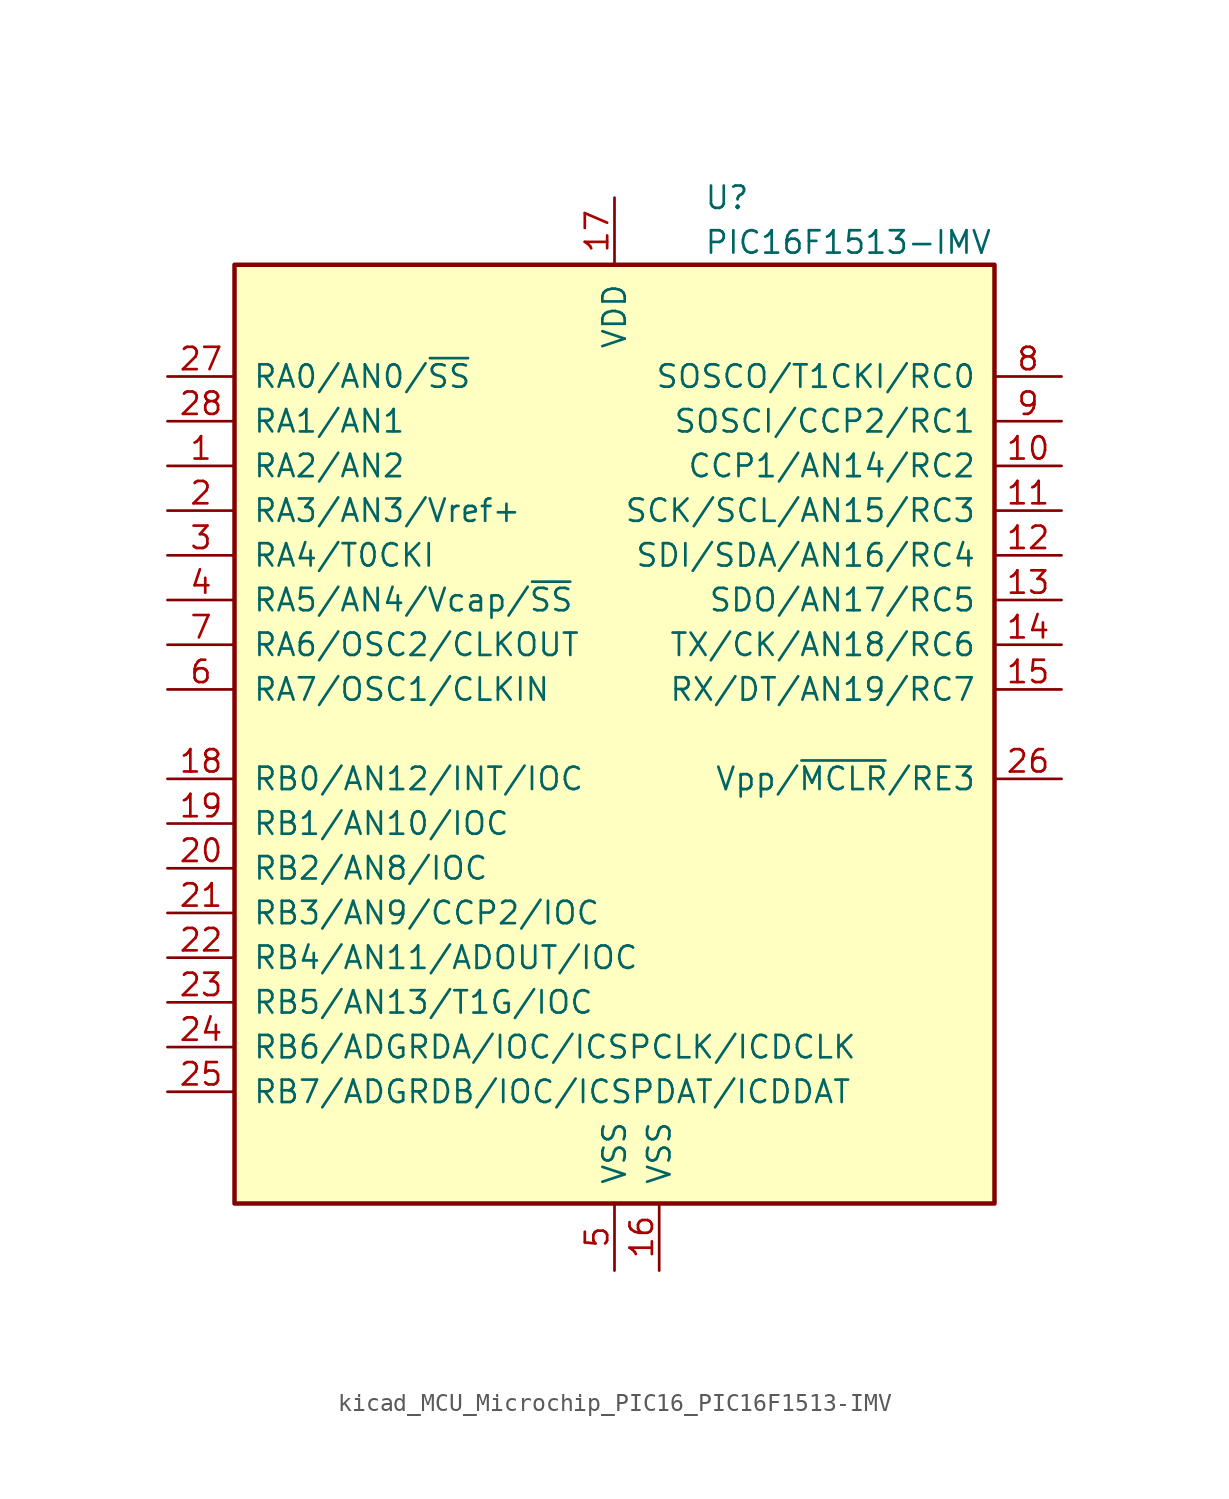
<source format=kicad_sym>
(kicad_symbol_lib
  (version 20220914)
  (generator kicad_symbol_editor)
  (symbol "kicad_MCU_Microchip_PIC16_PIC16F1513-IMV"
    (pin_names
      (offset 1.016))
    (property "Reference" "U"
      (at 5.08 30.48 0)
      (effects (font (size 1.27 1.27)) (justify left)))
    (property "Value" "PIC16F1513-IMV"
      (at 5.08 27.94 0)
      (effects (font (size 1.27 1.27)) (justify left)))
    (symbol "kicad_MCU_Microchip_PIC16_PIC16F1513-IMV_0_1"
      (rectangle (start -21.59 26.67) (end 21.59 -26.67) (stroke (width 0.254) (type default)) (fill (type background))))
    (symbol "kicad_MCU_Microchip_PIC16_PIC16F1513-IMV_1_1"
      (pin bidirectional line (at -25.4 15.24 0) (length 3.81) (name "RA2/AN2" (effects (font (size 1.27 1.27)))) (number "1" (effects (font (size 1.27 1.27)))))
      (pin bidirectional line (at 25.4 15.24 180) (length 3.81) (name "CCP1/AN14/RC2" (effects (font (size 1.27 1.27)))) (number "10" (effects (font (size 1.27 1.27)))))
      (pin bidirectional line (at 25.4 12.7 180) (length 3.81) (name "SCK/SCL/AN15/RC3" (effects (font (size 1.27 1.27)))) (number "11" (effects (font (size 1.27 1.27)))))
      (pin bidirectional line (at 25.4 10.16 180) (length 3.81) (name "SDI/SDA/AN16/RC4" (effects (font (size 1.27 1.27)))) (number "12" (effects (font (size 1.27 1.27)))))
      (pin bidirectional line (at 25.4 7.62 180) (length 3.81) (name "SDO/AN17/RC5" (effects (font (size 1.27 1.27)))) (number "13" (effects (font (size 1.27 1.27)))))
      (pin bidirectional line (at 25.4 5.08 180) (length 3.81) (name "TX/CK/AN18/RC6" (effects (font (size 1.27 1.27)))) (number "14" (effects (font (size 1.27 1.27)))))
      (pin bidirectional line (at 25.4 2.54 180) (length 3.81) (name "RX/DT/AN19/RC7" (effects (font (size 1.27 1.27)))) (number "15" (effects (font (size 1.27 1.27)))))
      (pin power_in line (at 2.54 -30.48 90) (length 3.81) (name "VSS" (effects (font (size 1.27 1.27)))) (number "16" (effects (font (size 1.27 1.27)))))
      (pin power_in line (at 0 30.48 270) (length 3.81) (name "VDD" (effects (font (size 1.27 1.27)))) (number "17" (effects (font (size 1.27 1.27)))))
      (pin bidirectional line (at -25.4 -2.54 0) (length 3.81) (name "RB0/AN12/INT/IOC" (effects (font (size 1.27 1.27)))) (number "18" (effects (font (size 1.27 1.27)))))
      (pin bidirectional line (at -25.4 -5.08 0) (length 3.81) (name "RB1/AN10/IOC" (effects (font (size 1.27 1.27)))) (number "19" (effects (font (size 1.27 1.27)))))
      (pin bidirectional line (at -25.4 12.7 0) (length 3.81) (name "RA3/AN3/Vref+" (effects (font (size 1.27 1.27)))) (number "2" (effects (font (size 1.27 1.27)))))
      (pin bidirectional line (at -25.4 -7.62 0) (length 3.81) (name "RB2/AN8/IOC" (effects (font (size 1.27 1.27)))) (number "20" (effects (font (size 1.27 1.27)))))
      (pin bidirectional line (at -25.4 -10.16 0) (length 3.81) (name "RB3/AN9/CCP2/IOC" (effects (font (size 1.27 1.27)))) (number "21" (effects (font (size 1.27 1.27)))))
      (pin bidirectional line (at -25.4 -12.7 0) (length 3.81) (name "RB4/AN11/ADOUT/IOC" (effects (font (size 1.27 1.27)))) (number "22" (effects (font (size 1.27 1.27)))))
      (pin bidirectional line (at -25.4 -15.24 0) (length 3.81) (name "RB5/AN13/T1G/IOC" (effects (font (size 1.27 1.27)))) (number "23" (effects (font (size 1.27 1.27)))))
      (pin bidirectional line (at -25.4 -17.78 0) (length 3.81) (name "RB6/ADGRDA/IOC/ICSPCLK/ICDCLK" (effects (font (size 1.27 1.27)))) (number "24" (effects (font (size 1.27 1.27)))))
      (pin bidirectional line (at -25.4 -20.32 0) (length 3.81) (name "RB7/ADGRDB/IOC/ICSPDAT/ICDDAT" (effects (font (size 1.27 1.27)))) (number "25" (effects (font (size 1.27 1.27)))))
      (pin input line (at 25.4 -2.54 180) (length 3.81) (name "Vpp/~{MCLR}/RE3" (effects (font (size 1.27 1.27)))) (number "26" (effects (font (size 1.27 1.27)))))
      (pin bidirectional line (at -25.4 20.32 0) (length 3.81) (name "RA0/AN0/~{SS}" (effects (font (size 1.27 1.27)))) (number "27" (effects (font (size 1.27 1.27)))))
      (pin bidirectional line (at -25.4 17.78 0) (length 3.81) (name "RA1/AN1" (effects (font (size 1.27 1.27)))) (number "28" (effects (font (size 1.27 1.27)))))
      (pin bidirectional line (at -25.4 10.16 0) (length 3.81) (name "RA4/T0CKI" (effects (font (size 1.27 1.27)))) (number "3" (effects (font (size 1.27 1.27)))))
      (pin bidirectional line (at -25.4 7.62 0) (length 3.81) (name "RA5/AN4/Vcap/~{SS}" (effects (font (size 1.27 1.27)))) (number "4" (effects (font (size 1.27 1.27)))))
      (pin power_in line (at 0 -30.48 90) (length 3.81) (name "VSS" (effects (font (size 1.27 1.27)))) (number "5" (effects (font (size 1.27 1.27)))))
      (pin bidirectional line (at -25.4 2.54 0) (length 3.81) (name "RA7/OSC1/CLKIN" (effects (font (size 1.27 1.27)))) (number "6" (effects (font (size 1.27 1.27)))))
      (pin bidirectional line (at -25.4 5.08 0) (length 3.81) (name "RA6/OSC2/CLKOUT" (effects (font (size 1.27 1.27)))) (number "7" (effects (font (size 1.27 1.27)))))
      (pin bidirectional line (at 25.4 20.32 180) (length 3.81) (name "SOSCO/T1CKI/RC0" (effects (font (size 1.27 1.27)))) (number "8" (effects (font (size 1.27 1.27)))))
      (pin bidirectional line (at 25.4 17.78 180) (length 3.81) (name "SOSCI/CCP2/RC1" (effects (font (size 1.27 1.27)))) (number "9" (effects (font (size 1.27 1.27))))))))
</source>
